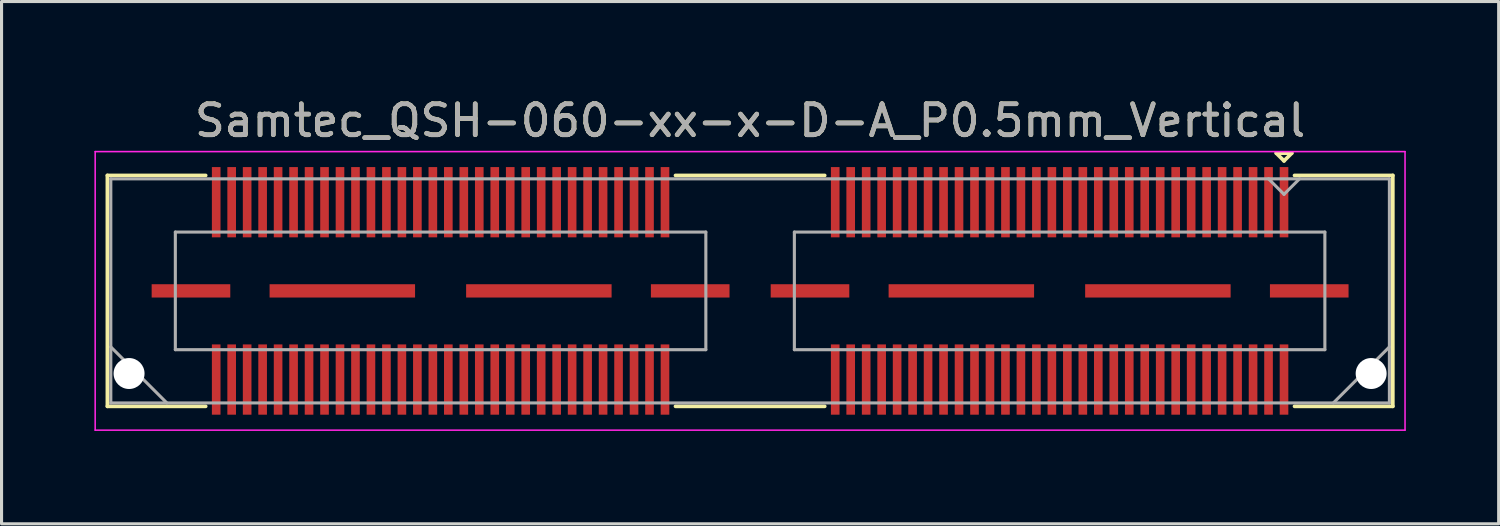
<source format=kicad_pcb>
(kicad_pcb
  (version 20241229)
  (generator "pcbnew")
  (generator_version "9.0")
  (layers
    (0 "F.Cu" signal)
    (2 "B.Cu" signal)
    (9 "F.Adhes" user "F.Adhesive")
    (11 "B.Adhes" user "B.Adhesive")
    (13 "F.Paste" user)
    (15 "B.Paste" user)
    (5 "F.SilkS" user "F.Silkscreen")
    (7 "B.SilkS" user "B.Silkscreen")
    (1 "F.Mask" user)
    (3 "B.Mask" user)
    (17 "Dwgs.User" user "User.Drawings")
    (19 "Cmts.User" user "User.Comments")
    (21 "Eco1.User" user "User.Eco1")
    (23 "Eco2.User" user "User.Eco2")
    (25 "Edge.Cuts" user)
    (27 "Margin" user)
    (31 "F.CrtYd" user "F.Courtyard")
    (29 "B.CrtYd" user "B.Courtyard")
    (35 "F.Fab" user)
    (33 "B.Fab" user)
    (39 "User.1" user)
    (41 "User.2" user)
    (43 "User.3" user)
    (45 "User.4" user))
  (footprint "Samtec_QSH-060-xx-x-D-A_P0.5mm_Vertical"
    (layer "F.Cu")
    (at 21.185 6.348)
    (property "Reference" "Samtec_QSH-060-xx-x-D-A_P0.5mm_Vertical" (at 0 -5.5 0) (layer "F.SilkS") (effects (font (size 1 1) (thickness 0.15))))
    (attr smd)
    (fp_line (start -20.765 -3.73) (end -17.59 -3.73) (stroke (width 0.12) (type solid)) (layer "F.SilkS"))
    (fp_line (start -20.765 3.73) (end -20.765 -3.73) (stroke (width 0.12) (type solid)) (layer "F.SilkS"))
    (fp_line (start -17.59 3.73) (end -20.765 3.73) (stroke (width 0.12) (type solid)) (layer "F.SilkS"))
    (fp_line (start 2.41 -3.73) (end -2.41 -3.73) (stroke (width 0.12) (type solid)) (layer "F.SilkS"))
    (fp_line (start 2.41 3.73) (end -2.41 3.73) (stroke (width 0.12) (type solid)) (layer "F.SilkS"))
    (fp_line (start 17 -4.45) (end 17.5 -4.45) (stroke (width 0.12) (type solid)) (layer "F.SilkS"))
    (fp_line (start 17.25 -4.2) (end 17 -4.45) (stroke (width 0.12) (type solid)) (layer "F.SilkS"))
    (fp_line (start 17.5 -4.45) (end 17.25 -4.2) (stroke (width 0.12) (type solid)) (layer "F.SilkS"))
    (fp_line (start 17.59 3.73) (end 20.765 3.73) (stroke (width 0.12) (type solid)) (layer "F.SilkS"))
    (fp_line (start 20.765 -3.73) (end 17.59 -3.73) (stroke (width 0.12) (type solid)) (layer "F.SilkS"))
    (fp_line (start 20.765 3.73) (end 20.765 -3.73) (stroke (width 0.12) (type solid)) (layer "F.SilkS"))
    (fp_line (start -21.16 -4.5) (end -21.16 4.5) (stroke (width 0.05) (type solid)) (layer "F.CrtYd"))
    (fp_line (start -21.16 4.5) (end 21.16 4.5) (stroke (width 0.05) (type solid)) (layer "F.CrtYd"))
    (fp_line (start 21.16 -4.5) (end -21.16 -4.5) (stroke (width 0.05) (type solid)) (layer "F.CrtYd"))
    (fp_line (start 21.16 4.5) (end 21.16 -4.5) (stroke (width 0.05) (type solid)) (layer "F.CrtYd"))
    (fp_line (start -20.655 -3.62) (end -20.655 3.62) (stroke (width 0.1) (type solid)) (layer "F.Fab"))
    (fp_line (start -20.655 1.81) (end -18.845 3.62) (stroke (width 0.1) (type solid)) (layer "F.Fab"))
    (fp_line (start -20.655 3.62) (end 20.655 3.62) (stroke (width 0.1) (type solid)) (layer "F.Fab"))
    (fp_line (start -18.57 -1.9) (end -18.57 1.9) (stroke (width 0.1) (type solid)) (layer "F.Fab"))
    (fp_line (start -18.57 1.9) (end -1.43 1.9) (stroke (width 0.1) (type solid)) (layer "F.Fab"))
    (fp_line (start -1.43 -1.9) (end -18.57 -1.9) (stroke (width 0.1) (type solid)) (layer "F.Fab"))
    (fp_line (start -1.43 1.9) (end -1.43 -1.9) (stroke (width 0.1) (type solid)) (layer "F.Fab"))
    (fp_line (start 1.43 -1.9) (end 1.43 1.9) (stroke (width 0.1) (type solid)) (layer "F.Fab"))
    (fp_line (start 1.43 1.9) (end 18.57 1.9) (stroke (width 0.1) (type solid)) (layer "F.Fab"))
    (fp_line (start 17.25 -3.12) (end 16.75 -3.62) (stroke (width 0.1) (type solid)) (layer "F.Fab"))
    (fp_line (start 17.75 -3.62) (end 17.25 -3.12) (stroke (width 0.1) (type solid)) (layer "F.Fab"))
    (fp_line (start 18.57 -1.9) (end 1.43 -1.9) (stroke (width 0.1) (type solid)) (layer "F.Fab"))
    (fp_line (start 18.57 1.9) (end 18.57 -1.9) (stroke (width 0.1) (type solid)) (layer "F.Fab"))
    (fp_line (start 20.655 -3.62) (end -20.655 -3.62) (stroke (width 0.1) (type solid)) (layer "F.Fab"))
    (fp_line (start 20.655 1.81) (end 18.845 3.62) (stroke (width 0.1) (type solid)) (layer "F.Fab"))
    (fp_line (start 20.655 3.62) (end 20.655 -3.62) (stroke (width 0.1) (type solid)) (layer "F.Fab"))
    (fp_text user "${REFERENCE}" (at 0 -5.5 0) (layer "F.Fab") (effects (font (size 1 1) (thickness 0.15))))
    (pad "" np_thru_hole circle (at -20.065 2.67) (size 1 1) (drill 1) (layers "*.Cu" "*.Mask"))
    (pad "" np_thru_hole circle (at 20.065 2.67) (size 1 1) (drill 1) (layers "*.Cu" "*.Mask"))
    (pad "1" smd rect (at 17.25 -2.865) (size 0.279 2.27) (layers "F.Cu" "F.Mask" "F.Paste"))
    (pad "2" smd rect (at 17.25 2.865) (size 0.279 2.27) (layers "F.Cu" "F.Mask" "F.Paste"))
    (pad "3" smd rect (at 16.75 -2.865) (size 0.279 2.27) (layers "F.Cu" "F.Mask" "F.Paste"))
    (pad "4" smd rect (at 16.75 2.865) (size 0.279 2.27) (layers "F.Cu" "F.Mask" "F.Paste"))
    (pad "5" smd rect (at 16.25 -2.865) (size 0.279 2.27) (layers "F.Cu" "F.Mask" "F.Paste"))
    (pad "6" smd rect (at 16.25 2.865) (size 0.279 2.27) (layers "F.Cu" "F.Mask" "F.Paste"))
    (pad "7" smd rect (at 15.75 -2.865) (size 0.279 2.27) (layers "F.Cu" "F.Mask" "F.Paste"))
    (pad "8" smd rect (at 15.75 2.865) (size 0.279 2.27) (layers "F.Cu" "F.Mask" "F.Paste"))
    (pad "9" smd rect (at 15.25 -2.865) (size 0.279 2.27) (layers "F.Cu" "F.Mask" "F.Paste"))
    (pad "10" smd rect (at 15.25 2.865) (size 0.279 2.27) (layers "F.Cu" "F.Mask" "F.Paste"))
    (pad "11" smd rect (at 14.75 -2.865) (size 0.279 2.27) (layers "F.Cu" "F.Mask" "F.Paste"))
    (pad "12" smd rect (at 14.75 2.865) (size 0.279 2.27) (layers "F.Cu" "F.Mask" "F.Paste"))
    (pad "13" smd rect (at 14.25 -2.865) (size 0.279 2.27) (layers "F.Cu" "F.Mask" "F.Paste"))
    (pad "14" smd rect (at 14.25 2.865) (size 0.279 2.27) (layers "F.Cu" "F.Mask" "F.Paste"))
    (pad "15" smd rect (at 13.75 -2.865) (size 0.279 2.27) (layers "F.Cu" "F.Mask" "F.Paste"))
    (pad "16" smd rect (at 13.75 2.865) (size 0.279 2.27) (layers "F.Cu" "F.Mask" "F.Paste"))
    (pad "17" smd rect (at 13.25 -2.865) (size 0.279 2.27) (layers "F.Cu" "F.Mask" "F.Paste"))
    (pad "18" smd rect (at 13.25 2.865) (size 0.279 2.27) (layers "F.Cu" "F.Mask" "F.Paste"))
    (pad "19" smd rect (at 12.75 -2.865) (size 0.279 2.27) (layers "F.Cu" "F.Mask" "F.Paste"))
    (pad "20" smd rect (at 12.75 2.865) (size 0.279 2.27) (layers "F.Cu" "F.Mask" "F.Paste"))
    (pad "21" smd rect (at 12.25 -2.865) (size 0.279 2.27) (layers "F.Cu" "F.Mask" "F.Paste"))
    (pad "22" smd rect (at 12.25 2.865) (size 0.279 2.27) (layers "F.Cu" "F.Mask" "F.Paste"))
    (pad "23" smd rect (at 11.75 -2.865) (size 0.279 2.27) (layers "F.Cu" "F.Mask" "F.Paste"))
    (pad "24" smd rect (at 11.75 2.865) (size 0.279 2.27) (layers "F.Cu" "F.Mask" "F.Paste"))
    (pad "25" smd rect (at 11.25 -2.865) (size 0.279 2.27) (layers "F.Cu" "F.Mask" "F.Paste"))
    (pad "26" smd rect (at 11.25 2.865) (size 0.279 2.27) (layers "F.Cu" "F.Mask" "F.Paste"))
    (pad "27" smd rect (at 10.75 -2.865) (size 0.279 2.27) (layers "F.Cu" "F.Mask" "F.Paste"))
    (pad "28" smd rect (at 10.75 2.865) (size 0.279 2.27) (layers "F.Cu" "F.Mask" "F.Paste"))
    (pad "29" smd rect (at 10.25 -2.865) (size 0.279 2.27) (layers "F.Cu" "F.Mask" "F.Paste"))
    (pad "30" smd rect (at 10.25 2.865) (size 0.279 2.27) (layers "F.Cu" "F.Mask" "F.Paste"))
    (pad "31" smd rect (at 9.75 -2.865) (size 0.279 2.27) (layers "F.Cu" "F.Mask" "F.Paste"))
    (pad "32" smd rect (at 9.75 2.865) (size 0.279 2.27) (layers "F.Cu" "F.Mask" "F.Paste"))
    (pad "33" smd rect (at 9.25 -2.865) (size 0.279 2.27) (layers "F.Cu" "F.Mask" "F.Paste"))
    (pad "34" smd rect (at 9.25 2.865) (size 0.279 2.27) (layers "F.Cu" "F.Mask" "F.Paste"))
    (pad "35" smd rect (at 8.75 -2.865) (size 0.279 2.27) (layers "F.Cu" "F.Mask" "F.Paste"))
    (pad "36" smd rect (at 8.75 2.865) (size 0.279 2.27) (layers "F.Cu" "F.Mask" "F.Paste"))
    (pad "37" smd rect (at 8.25 -2.865) (size 0.279 2.27) (layers "F.Cu" "F.Mask" "F.Paste"))
    (pad "38" smd rect (at 8.25 2.865) (size 0.279 2.27) (layers "F.Cu" "F.Mask" "F.Paste"))
    (pad "39" smd rect (at 7.75 -2.865) (size 0.279 2.27) (layers "F.Cu" "F.Mask" "F.Paste"))
    (pad "40" smd rect (at 7.75 2.865) (size 0.279 2.27) (layers "F.Cu" "F.Mask" "F.Paste"))
    (pad "41" smd rect (at 7.25 -2.865) (size 0.279 2.27) (layers "F.Cu" "F.Mask" "F.Paste"))
    (pad "42" smd rect (at 7.25 2.865) (size 0.279 2.27) (layers "F.Cu" "F.Mask" "F.Paste"))
    (pad "43" smd rect (at 6.75 -2.865) (size 0.279 2.27) (layers "F.Cu" "F.Mask" "F.Paste"))
    (pad "44" smd rect (at 6.75 2.865) (size 0.279 2.27) (layers "F.Cu" "F.Mask" "F.Paste"))
    (pad "45" smd rect (at 6.25 -2.865) (size 0.279 2.27) (layers "F.Cu" "F.Mask" "F.Paste"))
    (pad "46" smd rect (at 6.25 2.865) (size 0.279 2.27) (layers "F.Cu" "F.Mask" "F.Paste"))
    (pad "47" smd rect (at 5.75 -2.865) (size 0.279 2.27) (layers "F.Cu" "F.Mask" "F.Paste"))
    (pad "48" smd rect (at 5.75 2.865) (size 0.279 2.27) (layers "F.Cu" "F.Mask" "F.Paste"))
    (pad "49" smd rect (at 5.25 -2.865) (size 0.279 2.27) (layers "F.Cu" "F.Mask" "F.Paste"))
    (pad "50" smd rect (at 5.25 2.865) (size 0.279 2.27) (layers "F.Cu" "F.Mask" "F.Paste"))
    (pad "51" smd rect (at 4.75 -2.865) (size 0.279 2.27) (layers "F.Cu" "F.Mask" "F.Paste"))
    (pad "52" smd rect (at 4.75 2.865) (size 0.279 2.27) (layers "F.Cu" "F.Mask" "F.Paste"))
    (pad "53" smd rect (at 4.25 -2.865) (size 0.279 2.27) (layers "F.Cu" "F.Mask" "F.Paste"))
    (pad "54" smd rect (at 4.25 2.865) (size 0.279 2.27) (layers "F.Cu" "F.Mask" "F.Paste"))
    (pad "55" smd rect (at 3.75 -2.865) (size 0.279 2.27) (layers "F.Cu" "F.Mask" "F.Paste"))
    (pad "56" smd rect (at 3.75 2.865) (size 0.279 2.27) (layers "F.Cu" "F.Mask" "F.Paste"))
    (pad "57" smd rect (at 3.25 -2.865) (size 0.279 2.27) (layers "F.Cu" "F.Mask" "F.Paste"))
    (pad "58" smd rect (at 3.25 2.865) (size 0.279 2.27) (layers "F.Cu" "F.Mask" "F.Paste"))
    (pad "59" smd rect (at 2.75 -2.865) (size 0.279 2.27) (layers "F.Cu" "F.Mask" "F.Paste"))
    (pad "60" smd rect (at 2.75 2.865) (size 0.279 2.27) (layers "F.Cu" "F.Mask" "F.Paste"))
    (pad "61" smd rect (at -2.75 -2.865) (size 0.279 2.27) (layers "F.Cu" "F.Mask" "F.Paste"))
    (pad "62" smd rect (at -2.75 2.865) (size 0.279 2.27) (layers "F.Cu" "F.Mask" "F.Paste"))
    (pad "63" smd rect (at -3.25 -2.865) (size 0.279 2.27) (layers "F.Cu" "F.Mask" "F.Paste"))
    (pad "64" smd rect (at -3.25 2.865) (size 0.279 2.27) (layers "F.Cu" "F.Mask" "F.Paste"))
    (pad "65" smd rect (at -3.75 -2.865) (size 0.279 2.27) (layers "F.Cu" "F.Mask" "F.Paste"))
    (pad "66" smd rect (at -3.75 2.865) (size 0.279 2.27) (layers "F.Cu" "F.Mask" "F.Paste"))
    (pad "67" smd rect (at -4.25 -2.865) (size 0.279 2.27) (layers "F.Cu" "F.Mask" "F.Paste"))
    (pad "68" smd rect (at -4.25 2.865) (size 0.279 2.27) (layers "F.Cu" "F.Mask" "F.Paste"))
    (pad "69" smd rect (at -4.75 -2.865) (size 0.279 2.27) (layers "F.Cu" "F.Mask" "F.Paste"))
    (pad "70" smd rect (at -4.75 2.865) (size 0.279 2.27) (layers "F.Cu" "F.Mask" "F.Paste"))
    (pad "71" smd rect (at -5.25 -2.865) (size 0.279 2.27) (layers "F.Cu" "F.Mask" "F.Paste"))
    (pad "72" smd rect (at -5.25 2.865) (size 0.279 2.27) (layers "F.Cu" "F.Mask" "F.Paste"))
    (pad "73" smd rect (at -5.75 -2.865) (size 0.279 2.27) (layers "F.Cu" "F.Mask" "F.Paste"))
    (pad "74" smd rect (at -5.75 2.865) (size 0.279 2.27) (layers "F.Cu" "F.Mask" "F.Paste"))
    (pad "75" smd rect (at -6.25 -2.865) (size 0.279 2.27) (layers "F.Cu" "F.Mask" "F.Paste"))
    (pad "76" smd rect (at -6.25 2.865) (size 0.279 2.27) (layers "F.Cu" "F.Mask" "F.Paste"))
    (pad "77" smd rect (at -6.75 -2.865) (size 0.279 2.27) (layers "F.Cu" "F.Mask" "F.Paste"))
    (pad "78" smd rect (at -6.75 2.865) (size 0.279 2.27) (layers "F.Cu" "F.Mask" "F.Paste"))
    (pad "79" smd rect (at -7.25 -2.865) (size 0.279 2.27) (layers "F.Cu" "F.Mask" "F.Paste"))
    (pad "80" smd rect (at -7.25 2.865) (size 0.279 2.27) (layers "F.Cu" "F.Mask" "F.Paste"))
    (pad "81" smd rect (at -7.75 -2.865) (size 0.279 2.27) (layers "F.Cu" "F.Mask" "F.Paste"))
    (pad "82" smd rect (at -7.75 2.865) (size 0.279 2.27) (layers "F.Cu" "F.Mask" "F.Paste"))
    (pad "83" smd rect (at -8.25 -2.865) (size 0.279 2.27) (layers "F.Cu" "F.Mask" "F.Paste"))
    (pad "84" smd rect (at -8.25 2.865) (size 0.279 2.27) (layers "F.Cu" "F.Mask" "F.Paste"))
    (pad "85" smd rect (at -8.75 -2.865) (size 0.279 2.27) (layers "F.Cu" "F.Mask" "F.Paste"))
    (pad "86" smd rect (at -8.75 2.865) (size 0.279 2.27) (layers "F.Cu" "F.Mask" "F.Paste"))
    (pad "87" smd rect (at -9.25 -2.865) (size 0.279 2.27) (layers "F.Cu" "F.Mask" "F.Paste"))
    (pad "88" smd rect (at -9.25 2.865) (size 0.279 2.27) (layers "F.Cu" "F.Mask" "F.Paste"))
    (pad "89" smd rect (at -9.75 -2.865) (size 0.279 2.27) (layers "F.Cu" "F.Mask" "F.Paste"))
    (pad "90" smd rect (at -9.75 2.865) (size 0.279 2.27) (layers "F.Cu" "F.Mask" "F.Paste"))
    (pad "91" smd rect (at -10.25 -2.865) (size 0.279 2.27) (layers "F.Cu" "F.Mask" "F.Paste"))
    (pad "92" smd rect (at -10.25 2.865) (size 0.279 2.27) (layers "F.Cu" "F.Mask" "F.Paste"))
    (pad "93" smd rect (at -10.75 -2.865) (size 0.279 2.27) (layers "F.Cu" "F.Mask" "F.Paste"))
    (pad "94" smd rect (at -10.75 2.865) (size 0.279 2.27) (layers "F.Cu" "F.Mask" "F.Paste"))
    (pad "95" smd rect (at -11.25 -2.865) (size 0.279 2.27) (layers "F.Cu" "F.Mask" "F.Paste"))
    (pad "96" smd rect (at -11.25 2.865) (size 0.279 2.27) (layers "F.Cu" "F.Mask" "F.Paste"))
    (pad "97" smd rect (at -11.75 -2.865) (size 0.279 2.27) (layers "F.Cu" "F.Mask" "F.Paste"))
    (pad "98" smd rect (at -11.75 2.865) (size 0.279 2.27) (layers "F.Cu" "F.Mask" "F.Paste"))
    (pad "99" smd rect (at -12.25 -2.865) (size 0.279 2.27) (layers "F.Cu" "F.Mask" "F.Paste"))
    (pad "100" smd rect (at -12.25 2.865) (size 0.279 2.27) (layers "F.Cu" "F.Mask" "F.Paste"))
    (pad "101" smd rect (at -12.75 -2.865) (size 0.279 2.27) (layers "F.Cu" "F.Mask" "F.Paste"))
    (pad "102" smd rect (at -12.75 2.865) (size 0.279 2.27) (layers "F.Cu" "F.Mask" "F.Paste"))
    (pad "103" smd rect (at -13.25 -2.865) (size 0.279 2.27) (layers "F.Cu" "F.Mask" "F.Paste"))
    (pad "104" smd rect (at -13.25 2.865) (size 0.279 2.27) (layers "F.Cu" "F.Mask" "F.Paste"))
    (pad "105" smd rect (at -13.75 -2.865) (size 0.279 2.27) (layers "F.Cu" "F.Mask" "F.Paste"))
    (pad "106" smd rect (at -13.75 2.865) (size 0.279 2.27) (layers "F.Cu" "F.Mask" "F.Paste"))
    (pad "107" smd rect (at -14.25 -2.865) (size 0.279 2.27) (layers "F.Cu" "F.Mask" "F.Paste"))
    (pad "108" smd rect (at -14.25 2.865) (size 0.279 2.27) (layers "F.Cu" "F.Mask" "F.Paste"))
    (pad "109" smd rect (at -14.75 -2.865) (size 0.279 2.27) (layers "F.Cu" "F.Mask" "F.Paste"))
    (pad "110" smd rect (at -14.75 2.865) (size 0.279 2.27) (layers "F.Cu" "F.Mask" "F.Paste"))
    (pad "111" smd rect (at -15.25 -2.865) (size 0.279 2.27) (layers "F.Cu" "F.Mask" "F.Paste"))
    (pad "112" smd rect (at -15.25 2.865) (size 0.279 2.27) (layers "F.Cu" "F.Mask" "F.Paste"))
    (pad "113" smd rect (at -15.75 -2.865) (size 0.279 2.27) (layers "F.Cu" "F.Mask" "F.Paste"))
    (pad "114" smd rect (at -15.75 2.865) (size 0.279 2.27) (layers "F.Cu" "F.Mask" "F.Paste"))
    (pad "115" smd rect (at -16.25 -2.865) (size 0.279 2.27) (layers "F.Cu" "F.Mask" "F.Paste"))
    (pad "116" smd rect (at -16.25 2.865) (size 0.279 2.27) (layers "F.Cu" "F.Mask" "F.Paste"))
    (pad "117" smd rect (at -16.75 -2.865) (size 0.279 2.27) (layers "F.Cu" "F.Mask" "F.Paste"))
    (pad "118" smd rect (at -16.75 2.865) (size 0.279 2.27) (layers "F.Cu" "F.Mask" "F.Paste"))
    (pad "119" smd rect (at -17.25 -2.865) (size 0.279 2.27) (layers "F.Cu" "F.Mask" "F.Paste"))
    (pad "120" smd rect (at -17.25 2.865) (size 0.279 2.27) (layers "F.Cu" "F.Mask" "F.Paste"))
    (pad "P1" smd rect (at 1.935 0) (size 2.54 0.43) (layers "F.Cu" "F.Mask" "F.Paste"))
    (pad "P1" smd rect (at 6.825 0) (size 4.7 0.43) (layers "F.Cu" "F.Mask" "F.Paste"))
    (pad "P1" smd rect (at 13.175 0) (size 4.7 0.43) (layers "F.Cu" "F.Mask" "F.Paste"))
    (pad "P1" smd rect (at 18.065 0) (size 2.54 0.43) (layers "F.Cu" "F.Mask" "F.Paste"))
    (pad "P2" smd rect (at -18.065 0) (size 2.54 0.43) (layers "F.Cu" "F.Mask" "F.Paste"))
    (pad "P2" smd rect (at -13.175 0) (size 4.7 0.43) (layers "F.Cu" "F.Mask" "F.Paste"))
    (pad "P2" smd rect (at -6.825 0) (size 4.7 0.43) (layers "F.Cu" "F.Mask" "F.Paste"))
    (pad "P2" smd rect (at -1.935 0) (size 2.54 0.43) (layers "F.Cu" "F.Mask" "F.Paste")))
  (gr_rect
    (start -3 -3)
    (end 45.37 13.873)
    (stroke (width 0.1) (type default))
    (fill no)
    (layer "Edge.Cuts")))
</source>
